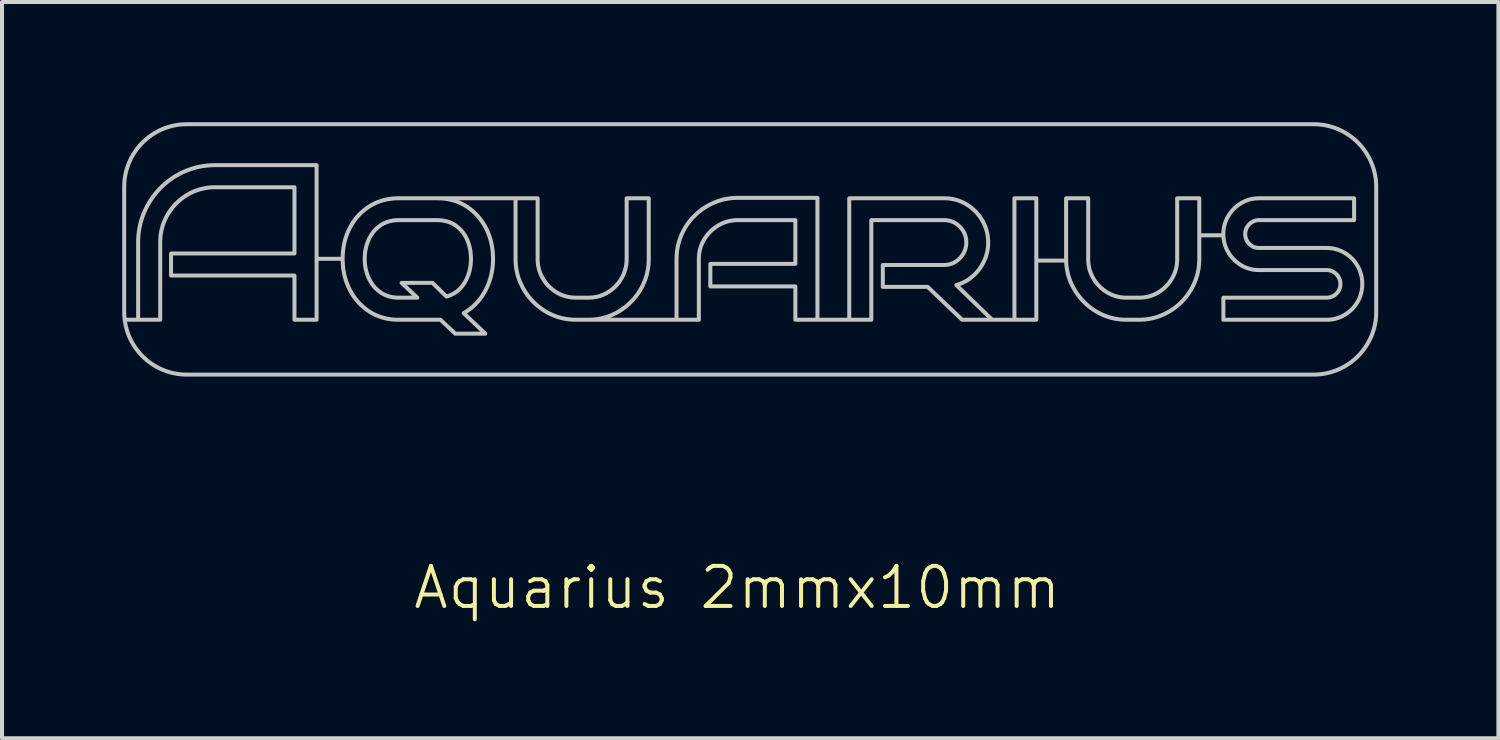
<source format=kicad_pcb>
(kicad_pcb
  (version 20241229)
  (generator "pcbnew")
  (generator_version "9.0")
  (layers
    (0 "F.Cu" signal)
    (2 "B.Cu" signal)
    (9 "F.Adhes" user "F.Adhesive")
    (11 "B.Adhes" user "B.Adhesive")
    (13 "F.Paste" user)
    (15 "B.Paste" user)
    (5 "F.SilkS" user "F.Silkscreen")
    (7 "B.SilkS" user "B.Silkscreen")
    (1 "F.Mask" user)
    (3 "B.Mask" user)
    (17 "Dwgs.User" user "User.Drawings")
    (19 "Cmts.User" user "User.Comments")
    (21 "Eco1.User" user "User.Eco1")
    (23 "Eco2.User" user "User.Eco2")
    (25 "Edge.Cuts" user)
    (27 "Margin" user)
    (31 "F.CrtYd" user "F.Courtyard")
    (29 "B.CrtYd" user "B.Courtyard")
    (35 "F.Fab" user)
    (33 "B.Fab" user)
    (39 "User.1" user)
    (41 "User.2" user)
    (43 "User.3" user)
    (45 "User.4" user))
  (footprint "Aquarius 2mmx10mm"
    (layer "F.Cu")
    (at 15.449 3.067)
    (property "Reference" "Aquarius 2mmx10mm" (at -0.1 8.55 0) (unlocked yes) (layer "F.SilkS") (effects (font (size 1 1) (thickness 0.1))))
    (fp_poly (pts (xy -7.555 -0.622) (xy -7.523 -0.62) (xy -7.491 -0.618) (xy -7.46 -0.614) (xy -7.43 -0.609) (xy -7.4 -0.604) (xy -7.37 -0.597) (xy -7.342 -0.59) (xy -7.314 -0.581) (xy -7.286 -0.572) (xy -7.259 -0.561) (xy -7.233 -0.549) (xy -7.207 -0.537) (xy -7.182 -0.523) (xy -7.157 -0.508) (xy -7.133 -0.493) (xy -7.11 -0.476) (xy -7.087 -0.459) (xy -7.065 -0.441) (xy -7.044 -0.422) (xy -7.023 -0.403) (xy -7.003 -0.383) (xy -6.984 -0.362) (xy -6.966 -0.34) (xy -6.948 -0.318) (xy -6.931 -0.295) (xy -6.914 -0.271) (xy -6.899 -0.247) (xy -6.884 -0.222) (xy -6.87 -0.196) (xy -6.856 -0.17) (xy -6.844 -0.143) (xy -6.832 -0.115) (xy -6.82 -0.087) (xy -6.81 -0.058) (xy -6.8 -0.03) (xy -6.791 -0.000468) (xy -6.783 0.029) (xy -6.776 0.059) (xy -6.769 0.089) (xy -6.763 0.119) (xy -6.758 0.15) (xy -6.754 0.181) (xy -6.751 0.213) (xy -6.748 0.245) (xy -6.746 0.277) (xy -6.745 0.31) (xy -6.744 0.342) (xy -6.745 0.384) (xy -6.747 0.425) (xy -6.75 0.466) (xy -6.754 0.506) (xy -6.76 0.545) (xy -6.767 0.584) (xy -6.775 0.622) (xy -6.784 0.66) (xy -6.795 0.697) (xy -6.807 0.734) (xy -6.82 0.77) (xy -6.834 0.805) (xy -6.85 0.84) (xy -6.867 0.874) (xy -6.885 0.908) (xy -6.904 0.941) (xy -6.925 0.973) (xy -6.946 1.003) (xy -6.969 1.032) (xy -6.992 1.06) (xy -7.017 1.087) (xy -7.043 1.112) (xy -7.069 1.135) (xy -7.097 1.158) (xy -7.126 1.178) (xy -7.156 1.198) (xy -7.187 1.216) (xy -7.218 1.233) (xy -7.251 1.248) (xy -7.285 1.262) (xy -7.32 1.274) (xy -7.356 1.285) (xy -7.703 0.943) (xy -8.475 0.943) (xy -8.084 1.313) (xy -8.547 1.313) (xy -8.58 1.312) (xy -8.612 1.311) (xy -8.643 1.308) (xy -8.674 1.304) (xy -8.705 1.3) (xy -8.735 1.294) (xy -8.764 1.287) (xy -8.793 1.28) (xy -8.821 1.271) (xy -8.848 1.261) (xy -8.875 1.25) (xy -8.902 1.238) (xy -8.928 1.225) (xy -8.953 1.211) (xy -8.978 1.196) (xy -9.002 1.18) (xy -9.025 1.163) (xy -9.048 1.146) (xy -9.07 1.128) (xy -9.091 1.109) (xy -9.112 1.089) (xy -9.132 1.069) (xy -9.151 1.048) (xy -9.17 1.026) (xy -9.188 1.004) (xy -9.205 0.981) (xy -9.221 0.957) (xy -9.237 0.932) (xy -9.252 0.907) (xy -9.267 0.881) (xy -9.281 0.855) (xy -9.294 0.828) (xy -9.306 0.8) (xy -9.318 0.772) (xy -9.328 0.743) (xy -9.338 0.715) (xy -9.348 0.685) (xy -9.356 0.656) (xy -9.363 0.626) (xy -9.37 0.596) (xy -9.376 0.566) (xy -9.381 0.535) (xy -9.386 0.504) (xy -9.389 0.472) (xy -9.392 0.44) (xy -9.394 0.408) (xy -9.395 0.375) (xy -9.396 0.342) (xy -9.395 0.31) (xy -9.394 0.277) (xy -9.392 0.245) (xy -9.389 0.213) (xy -9.386 0.181) (xy -9.381 0.15) (xy -9.376 0.119) (xy -9.37 0.089) (xy -9.363 0.059) (xy -9.356 0.029) (xy -9.348 -0.000468) (xy -9.338 -0.03) (xy -9.328 -0.058) (xy -9.318 -0.087) (xy -9.306 -0.115) (xy -9.294 -0.143) (xy -9.281 -0.17) (xy -9.267 -0.196) (xy -9.252 -0.222) (xy -9.237 -0.247) (xy -9.221 -0.271) (xy -9.205 -0.295) (xy -9.188 -0.318) (xy -9.17 -0.34) (xy -9.151 -0.362) (xy -9.132 -0.383) (xy -9.112 -0.403) (xy -9.091 -0.422) (xy -9.07 -0.441) (xy -9.048 -0.459) (xy -9.025 -0.476) (xy -9.002 -0.493) (xy -8.978 -0.508) (xy -8.953 -0.523) (xy -8.928 -0.537) (xy -8.902 -0.549) (xy -8.875 -0.561) (xy -8.848 -0.572) (xy -8.821 -0.581) (xy -8.793 -0.59) (xy -8.764 -0.597) (xy -8.735 -0.604) (xy -8.705 -0.609) (xy -8.674 -0.614) (xy -8.643 -0.618) (xy -8.612 -0.62) (xy -8.58 -0.622) (xy -8.547 -0.622) (xy -7.588 -0.622)) (stroke (width 0.1) (type solid)) (fill no) (layer "Dwgs.User"))
    (fp_poly (pts (xy 14.369 -3.015) (xy 14.448 -3.009) (xy 14.526 -2.999) (xy 14.603 -2.985) (xy 14.679 -2.968) (xy 14.753 -2.946) (xy 14.825 -2.922) (xy 14.896 -2.894) (xy 14.965 -2.863) (xy 15.033 -2.828) (xy 15.098 -2.79) (xy 15.162 -2.75) (xy 15.223 -2.706) (xy 15.282 -2.66) (xy 15.339 -2.611) (xy 15.393 -2.559) (xy 15.445 -2.505) (xy 15.494 -2.448) (xy 15.54 -2.389) (xy 15.584 -2.328) (xy 15.624 -2.264) (xy 15.662 -2.199) (xy 15.697 -2.131) (xy 15.728 -2.062) (xy 15.756 -1.991) (xy 15.78 -1.919) (xy 15.802 -1.845) (xy 15.819 -1.769) (xy 15.833 -1.692) (xy 15.843 -1.614) (xy 15.849 -1.535) (xy 15.851 -1.454) (xy 15.851 1.671) (xy 15.849 1.751) (xy 15.843 1.83) (xy 15.833 1.909) (xy 15.819 1.985) (xy 15.802 2.061) (xy 15.78 2.135) (xy 15.756 2.208) (xy 15.728 2.279) (xy 15.697 2.348) (xy 15.662 2.415) (xy 15.624 2.481) (xy 15.584 2.544) (xy 15.54 2.605) (xy 15.494 2.664) (xy 15.445 2.721) (xy 15.393 2.775) (xy 15.339 2.827) (xy 15.282 2.876) (xy 15.223 2.923) (xy 15.162 2.966) (xy 15.098 3.007) (xy 15.033 3.045) (xy 14.965 3.079) (xy 14.896 3.11) (xy 14.825 3.138) (xy 14.753 3.163) (xy 14.679 3.184) (xy 14.603 3.201) (xy 14.526 3.215) (xy 14.448 3.225) (xy 14.369 3.231) (xy 14.288 3.233) (xy -13.837 3.233) (xy -13.917 3.231) (xy -13.996 3.225) (xy -14.075 3.215) (xy -14.151 3.201) (xy -14.227 3.184) (xy -14.301 3.163) (xy -14.374 3.138) (xy -14.445 3.11) (xy -14.514 3.079) (xy -14.581 3.045) (xy -14.647 3.007) (xy -14.71 2.966) (xy -14.771 2.923) (xy -14.83 2.876) (xy -14.887 2.827) (xy -14.941 2.775) (xy -14.993 2.721) (xy -15.042 2.664) (xy -15.089 2.605) (xy -15.132 2.544) (xy -15.173 2.481) (xy -15.211 2.415) (xy -15.245 2.348) (xy -15.276 2.279) (xy -15.304 2.208) (xy -15.329 2.135) (xy -15.35 2.061) (xy -15.367 1.985) (xy -15.381 1.909) (xy -15.391 1.83) (xy -15.397 1.751) (xy -15.399 1.671) (xy -15.399 -0.065) (xy -15.051 -0.065) (xy -15.051 1.864) (xy -14.5 1.864) (xy -14.5 -0.065) (xy -14.499 -0.113) (xy -14.497 -0.159) (xy -14.493 -0.206) (xy -14.488 -0.251) (xy -14.482 -0.297) (xy -14.474 -0.341) (xy -14.465 -0.386) (xy -14.454 -0.429) (xy -14.442 -0.472) (xy -14.428 -0.515) (xy -14.413 -0.557) (xy -14.396 -0.599) (xy -14.378 -0.64) (xy -14.359 -0.68) (xy -14.338 -0.72) (xy -14.315 -0.76) (xy -14.292 -0.799) (xy -14.267 -0.836) (xy -14.242 -0.873) (xy -14.215 -0.909) (xy -14.187 -0.944) (xy -14.159 -0.977) (xy -14.129 -1.01) (xy -14.098 -1.042) (xy -14.067 -1.072) (xy -14.034 -1.102) (xy -14 -1.131) (xy -13.965 -1.158) (xy -13.93 -1.185) (xy -13.893 -1.211) (xy -13.855 -1.235) (xy -13.816 -1.259) (xy -13.777 -1.281) (xy -13.737 -1.302) (xy -13.696 -1.322) (xy -13.656 -1.34) (xy -13.614 -1.356) (xy -13.572 -1.371) (xy -13.53 -1.385) (xy -13.487 -1.397) (xy -13.444 -1.408) (xy -13.4 -1.417) (xy -13.356 -1.425) (xy -13.311 -1.432) (xy -13.266 -1.437) (xy -13.22 -1.441) (xy -13.174 -1.443) (xy -13.127 -1.443) (xy -11.149 -1.443) (xy -11.149 0.21) (xy -14.23 0.21) (xy -14.23 0.761) (xy -11.149 0.761) (xy -11.149 1.864) (xy -10.597 1.864) (xy -10.597 0.342) (xy -9.947 0.342) (xy -9.946 0.395) (xy -9.944 0.446) (xy -9.941 0.497) (xy -9.936 0.547) (xy -9.93 0.597) (xy -9.923 0.646) (xy -9.914 0.695) (xy -9.904 0.743) (xy -9.892 0.79) (xy -9.879 0.837) (xy -9.865 0.883) (xy -9.849 0.929) (xy -9.832 0.974) (xy -9.814 1.019) (xy -9.794 1.063) (xy -9.773 1.106) (xy -9.751 1.148) (xy -9.728 1.19) (xy -9.703 1.23) (xy -9.678 1.27) (xy -9.651 1.308) (xy -9.623 1.345) (xy -9.594 1.381) (xy -9.564 1.416) (xy -9.533 1.45) (xy -9.5 1.483) (xy -9.467 1.514) (xy -9.432 1.545) (xy -9.397 1.575) (xy -9.36 1.603) (xy -9.322 1.631) (xy -9.283 1.657) (xy -9.243 1.682) (xy -9.202 1.706) (xy -9.16 1.727) (xy -9.118 1.748) (xy -9.075 1.766) (xy -9.031 1.783) (xy -8.986 1.798) (xy -8.94 1.812) (xy -8.894 1.824) (xy -8.847 1.835) (xy -8.799 1.844) (xy -8.75 1.851) (xy -8.7 1.857) (xy -8.65 1.861) (xy -8.599 1.863) (xy -8.547 1.864) (xy -7.505 1.864) (xy -7.136 2.211) (xy -6.386 2.211) (xy -6.926 1.698) (xy -6.884 1.674) (xy -6.843 1.648) (xy -6.803 1.62) (xy -6.765 1.592) (xy -6.727 1.561) (xy -6.69 1.53) (xy -6.655 1.497) (xy -6.621 1.464) (xy -6.588 1.428) (xy -6.556 1.392) (xy -6.525 1.354) (xy -6.496 1.315) (xy -6.467 1.274) (xy -6.44 1.232) (xy -6.414 1.189) (xy -6.389 1.145) (xy -6.365 1.099) (xy -6.343 1.053) (xy -6.322 1.006) (xy -6.303 0.959) (xy -6.286 0.911) (xy -6.27 0.862) (xy -6.255 0.813) (xy -6.242 0.763) (xy -6.231 0.713) (xy -6.221 0.662) (xy -6.212 0.61) (xy -6.205 0.558) (xy -6.2 0.505) (xy -6.196 0.451) (xy -6.194 0.397) (xy -6.193 0.348) (xy -5.631 0.348) (xy -5.63 0.387) (xy -5.629 0.426) (xy -5.627 0.464) (xy -5.623 0.503) (xy -5.619 0.54) (xy -5.614 0.578) (xy -5.608 0.615) (xy -5.601 0.652) (xy -5.593 0.688) (xy -5.585 0.725) (xy -5.575 0.76) (xy -5.564 0.796) (xy -5.553 0.831) (xy -5.54 0.866) (xy -5.527 0.901) (xy -5.512 0.935) (xy -5.497 0.969) (xy -5.481 1.002) (xy -5.465 1.035) (xy -5.448 1.068) (xy -5.43 1.099) (xy -5.411 1.131) (xy -5.392 1.162) (xy -5.372 1.192) (xy -5.351 1.222) (xy -5.33 1.251) (xy -5.308 1.28) (xy -5.285 1.309) (xy -5.262 1.337) (xy -5.237 1.364) (xy -5.213 1.391) (xy -5.187 1.417) (xy -5.161 1.443) (xy -5.134 1.468) (xy -5.107 1.493) (xy -5.08 1.516) (xy -5.052 1.539) (xy -5.023 1.562) (xy -4.994 1.583) (xy -4.964 1.604) (xy -4.934 1.624) (xy -4.903 1.644) (xy -4.872 1.662) (xy -4.84 1.68) (xy -4.808 1.698) (xy -4.775 1.714) (xy -4.741 1.73) (xy -4.708 1.745) (xy -4.673 1.76) (xy -4.639 1.773) (xy -4.604 1.786) (xy -4.569 1.797) (xy -4.533 1.808) (xy -4.497 1.818) (xy -4.461 1.826) (xy -4.424 1.834) (xy -4.388 1.841) (xy -4.35 1.847) (xy -4.313 1.852) (xy -4.275 1.856) (xy -4.237 1.86) (xy -4.198 1.862) (xy -4.16 1.863) (xy -4.121 1.864) (xy -3.817 1.864) (xy -3.778 1.863) (xy -3.74 1.862) (xy -3.701 1.86) (xy -3.663 1.856) (xy -3.625 1.852) (xy -3.588 1.847) (xy -3.55 1.841) (xy -3.514 1.834) (xy -3.477 1.826) (xy -3.441 1.818) (xy -3.405 1.808) (xy -3.369 1.797) (xy -3.334 1.786) (xy -3.299 1.773) (xy -3.265 1.76) (xy -3.23 1.745) (xy -3.197 1.73) (xy -3.163 1.714) (xy -3.13 1.698) (xy -3.098 1.681) (xy -3.066 1.663) (xy -3.035 1.644) (xy -3.004 1.625) (xy -2.974 1.605) (xy -2.944 1.584) (xy -2.915 1.563) (xy -2.886 1.541) (xy -2.858 1.518) (xy -2.831 1.495) (xy -2.804 1.47) (xy -2.777 1.446) (xy -2.751 1.42) (xy -2.725 1.394) (xy -2.701 1.367) (xy -2.676 1.34) (xy -2.653 1.312) (xy -2.63 1.284) (xy -2.608 1.255) (xy -2.587 1.226) (xy -2.566 1.196) (xy -2.546 1.166) (xy -2.527 1.135) (xy -2.508 1.103) (xy -2.49 1.071) (xy -2.473 1.039) (xy -2.457 1.006) (xy -2.441 0.972) (xy -2.426 0.938) (xy -2.411 0.903) (xy -2.398 0.868) (xy -2.385 0.833) (xy -2.374 0.798) (xy -2.363 0.762) (xy -2.353 0.726) (xy -2.345 0.689) (xy -2.337 0.653) (xy -2.33 0.616) (xy -2.324 0.578) (xy -2.319 0.541) (xy -2.314 0.503) (xy -2.311 0.464) (xy -2.309 0.426) (xy -2.308 0.387) (xy -2.307 0.348) (xy -1.613 0.348) (xy -1.613 1.864) (xy -1.056 1.864) (xy -1.056 0.348) (xy -1.055 0.314) (xy -1.054 0.281) (xy -1.051 0.249) (xy -1.048 0.216) (xy -1.043 0.184) (xy -1.037 0.153) (xy -1.031 0.122) (xy -1.023 0.091) (xy -1.014 0.061) (xy -1.004 0.031) (xy -0.993 0.001) (xy -0.981 -0.028) (xy -0.968 -0.056) (xy -0.955 -0.085) (xy -0.94 -0.112) (xy -0.924 -0.14) (xy -0.907 -0.167) (xy -0.889 -0.193) (xy -0.871 -0.218) (xy -0.852 -0.243) (xy -0.832 -0.268) (xy -0.812 -0.291) (xy -0.791 -0.314) (xy -0.769 -0.336) (xy -0.747 -0.358) (xy -0.724 -0.379) (xy -0.7 -0.399) (xy -0.675 -0.418) (xy -0.65 -0.437) (xy -0.625 -0.455) (xy -0.598 -0.473) (xy -0.571 -0.49) (xy -0.543 -0.506) (xy -0.515 -0.521) (xy -0.486 -0.535) (xy -0.457 -0.548) (xy -0.428 -0.56) (xy -0.398 -0.57) (xy -0.368 -0.58) (xy -0.338 -0.589) (xy -0.307 -0.597) (xy -0.276 -0.604) (xy -0.244 -0.609) (xy -0.212 -0.614) (xy -0.18 -0.617) (xy -0.147 -0.62) (xy -0.114 -0.622) (xy -0.08 -0.622) (xy 1.353 -0.622) (xy 1.353 0.469) (xy -0.769 0.469) (xy -0.769 1.032) (xy 1.353 1.032) (xy 1.353 1.864) (xy 1.904 1.864) (xy 2.698 1.864) (xy 3.249 1.864) (xy 3.249 -0.622) (xy 5.063 -0.622) (xy 5.091 -0.622) (xy 5.119 -0.62) (xy 5.147 -0.616) (xy 5.174 -0.612) (xy 5.201 -0.606) (xy 5.227 -0.599) (xy 5.252 -0.591) (xy 5.277 -0.581) (xy 5.301 -0.571) (xy 5.325 -0.559) (xy 5.348 -0.545) (xy 5.371 -0.531) (xy 5.393 -0.515) (xy 5.415 -0.498) (xy 5.436 -0.479) (xy 5.457 -0.46) (xy 5.476 -0.439) (xy 5.495 -0.418) (xy 5.512 -0.396) (xy 5.528 -0.374) (xy 5.543 -0.351) (xy 5.556 -0.328) (xy 5.568 -0.304) (xy 5.579 -0.28) (xy 5.588 -0.255) (xy 5.597 -0.229) (xy 5.604 -0.203) (xy 5.609 -0.177) (xy 5.614 -0.15) (xy 5.617 -0.122) (xy 5.619 -0.094) (xy 5.619 -0.065) (xy 5.619 -0.037) (xy 5.617 -0.01) (xy 5.614 0.017) (xy 5.609 0.044) (xy 5.604 0.07) (xy 5.597 0.096) (xy 5.588 0.121) (xy 5.579 0.146) (xy 5.568 0.171) (xy 5.556 0.194) (xy 5.543 0.218) (xy 5.528 0.241) (xy 5.512 0.264) (xy 5.495 0.286) (xy 5.476 0.307) (xy 5.457 0.329) (xy 5.436 0.349) (xy 5.415 0.368) (xy 5.393 0.386) (xy 5.371 0.402) (xy 5.348 0.417) (xy 5.325 0.431) (xy 5.301 0.444) (xy 5.277 0.455) (xy 5.252 0.465) (xy 5.227 0.473) (xy 5.201 0.48) (xy 5.174 0.486) (xy 5.147 0.491) (xy 5.119 0.494) (xy 5.091 0.496) (xy 5.063 0.497) (xy 3.536 0.497) (xy 3.536 1.043) (xy 4.655 1.043) (xy 5.515 1.864) (xy 6.264 1.864) (xy 6.821 1.864) (xy 7.367 1.864) (xy 7.367 0.348) (xy 8.111 0.348) (xy 8.111 0.387) (xy 8.113 0.426) (xy 8.115 0.464) (xy 8.118 0.503) (xy 8.122 0.54) (xy 8.128 0.578) (xy 8.134 0.615) (xy 8.141 0.652) (xy 8.148 0.688) (xy 8.157 0.725) (xy 8.167 0.76) (xy 8.178 0.796) (xy 8.189 0.831) (xy 8.202 0.866) (xy 8.215 0.901) (xy 8.229 0.935) (xy 8.244 0.969) (xy 8.26 1.002) (xy 8.277 1.035) (xy 8.294 1.068) (xy 8.312 1.099) (xy 8.331 1.131) (xy 8.35 1.162) (xy 8.37 1.192) (xy 8.391 1.222) (xy 8.412 1.251) (xy 8.434 1.28) (xy 8.457 1.309) (xy 8.48 1.337) (xy 8.504 1.364) (xy 8.529 1.391) (xy 8.555 1.417) (xy 8.581 1.443) (xy 8.607 1.468) (xy 8.634 1.493) (xy 8.662 1.516) (xy 8.69 1.539) (xy 8.719 1.562) (xy 8.748 1.583) (xy 8.778 1.604) (xy 8.808 1.624) (xy 8.839 1.644) (xy 8.87 1.662) (xy 8.902 1.68) (xy 8.934 1.698) (xy 8.967 1.714) (xy 9 1.73) (xy 9.034 1.745) (xy 9.068 1.76) (xy 9.103 1.773) (xy 9.138 1.786) (xy 9.173 1.797) (xy 9.209 1.808) (xy 9.245 1.818) (xy 9.281 1.826) (xy 9.317 1.834) (xy 9.354 1.841) (xy 9.391 1.847) (xy 9.429 1.852) (xy 9.467 1.856) (xy 9.505 1.86) (xy 9.543 1.862) (xy 9.582 1.863) (xy 9.621 1.864) (xy 9.924 1.864) (xy 9.963 1.863) (xy 10.002 1.862) (xy 10.041 1.86) (xy 10.079 1.856) (xy 10.117 1.852) (xy 10.154 1.847) (xy 10.191 1.841) (xy 10.228 1.834) (xy 10.265 1.826) (xy 10.301 1.818) (xy 10.337 1.808) (xy 10.372 1.797) (xy 10.408 1.786) (xy 10.443 1.773) (xy 10.477 1.76) (xy 10.511 1.745) (xy 10.545 1.73) (xy 10.579 1.714) (xy 10.611 1.698) (xy 10.644 1.681) (xy 10.675 1.663) (xy 10.707 1.644) (xy 10.738 1.625) (xy 10.768 1.605) (xy 10.797 1.584) (xy 10.827 1.563) (xy 10.855 1.541) (xy 10.883 1.518) (xy 10.911 1.495) (xy 10.938 1.47) (xy 10.965 1.446) (xy 10.991 1.42) (xy 11.016 1.394) (xy 11.041 1.367) (xy 11.065 1.34) (xy 11.089 1.312) (xy 11.112 1.284) (xy 11.134 1.255) (xy 11.155 1.226) (xy 11.176 1.196) (xy 11.196 1.166) (xy 11.215 1.135) (xy 11.233 1.103) (xy 11.251 1.071) (xy 11.269 1.039) (xy 11.285 1.006) (xy 11.301 0.972) (xy 11.316 0.938) (xy 11.331 0.903) (xy 11.344 0.868) (xy 11.356 0.833) (xy 11.368 0.798) (xy 11.379 0.762) (xy 11.388 0.726) (xy 11.397 0.689) (xy 11.405 0.653) (xy 11.412 0.616) (xy 11.418 0.578) (xy 11.423 0.541) (xy 11.427 0.503) (xy 11.43 0.464) (xy 11.433 0.426) (xy 11.434 0.387) (xy 11.435 0.348) (xy 11.435 -0.275) (xy 12.036 -0.275) (xy 12.036 -0.244) (xy 12.037 -0.214) (xy 12.04 -0.183) (xy 12.043 -0.154) (xy 12.047 -0.124) (xy 12.053 -0.095) (xy 12.059 -0.066) (xy 12.066 -0.038) (xy 12.074 -0.01) (xy 12.083 0.018) (xy 12.093 0.045) (xy 12.104 0.072) (xy 12.116 0.099) (xy 12.128 0.125) (xy 12.142 0.151) (xy 12.157 0.177) (xy 12.172 0.202) (xy 12.188 0.227) (xy 12.205 0.251) (xy 12.222 0.274) (xy 12.24 0.297) (xy 12.259 0.318) (xy 12.278 0.34) (xy 12.298 0.36) (xy 12.318 0.38) (xy 12.34 0.4) (xy 12.361 0.418) (xy 12.384 0.437) (xy 12.407 0.454) (xy 12.43 0.471) (xy 12.454 0.487) (xy 12.479 0.502) (xy 12.504 0.517) (xy 12.53 0.531) (xy 12.556 0.544) (xy 12.582 0.555) (xy 12.609 0.566) (xy 12.636 0.576) (xy 12.663 0.585) (xy 12.691 0.593) (xy 12.719 0.6) (xy 12.747 0.607) (xy 12.775 0.612) (xy 12.804 0.616) (xy 12.833 0.619) (xy 12.863 0.622) (xy 12.893 0.623) (xy 12.923 0.624) (xy 14.61 0.624) (xy 14.627 0.624) (xy 14.645 0.625) (xy 14.662 0.627) (xy 14.679 0.63) (xy 14.695 0.634) (xy 14.711 0.638) (xy 14.727 0.643) (xy 14.743 0.649) (xy 14.758 0.656) (xy 14.773 0.663) (xy 14.787 0.672) (xy 14.801 0.681) (xy 14.815 0.691) (xy 14.829 0.702) (xy 14.842 0.713) (xy 14.855 0.726) (xy 14.867 0.738) (xy 14.879 0.752) (xy 14.89 0.765) (xy 14.9 0.779) (xy 14.909 0.793) (xy 14.917 0.808) (xy 14.925 0.823) (xy 14.931 0.838) (xy 14.937 0.853) (xy 14.943 0.869) (xy 14.947 0.885) (xy 14.951 0.902) (xy 14.953 0.919) (xy 14.955 0.936) (xy 14.957 0.953) (xy 14.957 0.971) (xy 14.957 0.989) (xy 14.955 1.006) (xy 14.953 1.023) (xy 14.951 1.04) (xy 14.947 1.056) (xy 14.943 1.072) (xy 14.937 1.088) (xy 14.931 1.103) (xy 14.925 1.118) (xy 14.917 1.133) (xy 14.909 1.147) (xy 14.9 1.161) (xy 14.89 1.175) (xy 14.879 1.188) (xy 14.867 1.201) (xy 14.855 1.213) (xy 14.842 1.225) (xy 14.829 1.237) (xy 14.815 1.247) (xy 14.801 1.257) (xy 14.787 1.266) (xy 14.773 1.274) (xy 14.758 1.281) (xy 14.743 1.288) (xy 14.727 1.294) (xy 14.711 1.299) (xy 14.695 1.303) (xy 14.679 1.306) (xy 14.662 1.309) (xy 14.645 1.311) (xy 14.627 1.312) (xy 14.61 1.313) (xy 12.036 1.313) (xy 12.036 1.864) (xy 14.61 1.864) (xy 14.64 1.863) (xy 14.671 1.862) (xy 14.701 1.86) (xy 14.731 1.856) (xy 14.76 1.852) (xy 14.79 1.847) (xy 14.818 1.841) (xy 14.847 1.834) (xy 14.875 1.825) (xy 14.903 1.816) (xy 14.93 1.807) (xy 14.957 1.796) (xy 14.984 1.784) (xy 15.01 1.771) (xy 15.036 1.757) (xy 15.062 1.743) (xy 15.087 1.727) (xy 15.111 1.711) (xy 15.135 1.694) (xy 15.158 1.677) (xy 15.181 1.659) (xy 15.203 1.64) (xy 15.224 1.621) (xy 15.244 1.601) (xy 15.264 1.581) (xy 15.283 1.56) (xy 15.302 1.538) (xy 15.32 1.516) (xy 15.337 1.493) (xy 15.353 1.469) (xy 15.369 1.445) (xy 15.384 1.42) (xy 15.398 1.395) (xy 15.412 1.369) (xy 15.424 1.343) (xy 15.436 1.317) (xy 15.447 1.29) (xy 15.456 1.263) (xy 15.465 1.235) (xy 15.473 1.207) (xy 15.48 1.179) (xy 15.486 1.15) (xy 15.491 1.121) (xy 15.495 1.092) (xy 15.499 1.062) (xy 15.501 1.032) (xy 15.502 1.002) (xy 15.503 0.971) (xy 15.502 0.94) (xy 15.501 0.91) (xy 15.499 0.879) (xy 15.495 0.85) (xy 15.491 0.82) (xy 15.486 0.791) (xy 15.48 0.762) (xy 15.473 0.734) (xy 15.465 0.706) (xy 15.456 0.678) (xy 15.447 0.651) (xy 15.436 0.624) (xy 15.424 0.597) (xy 15.412 0.571) (xy 15.398 0.545) (xy 15.384 0.519) (xy 15.369 0.494) (xy 15.353 0.469) (xy 15.337 0.445) (xy 15.32 0.422) (xy 15.302 0.399) (xy 15.283 0.378) (xy 15.264 0.356) (xy 15.244 0.336) (xy 15.224 0.316) (xy 15.203 0.296) (xy 15.181 0.278) (xy 15.158 0.259) (xy 15.135 0.242) (xy 15.111 0.225) (xy 15.087 0.209) (xy 15.062 0.194) (xy 15.036 0.179) (xy 15.01 0.165) (xy 14.984 0.152) (xy 14.957 0.141) (xy 14.93 0.13) (xy 14.903 0.12) (xy 14.875 0.111) (xy 14.847 0.103) (xy 14.818 0.096) (xy 14.79 0.089) (xy 14.76 0.084) (xy 14.731 0.08) (xy 14.701 0.077) (xy 14.671 0.074) (xy 14.64 0.073) (xy 14.61 0.072) (xy 12.923 0.072) (xy 12.906 0.072) (xy 12.889 0.071) (xy 12.873 0.069) (xy 12.856 0.066) (xy 12.84 0.062) (xy 12.825 0.058) (xy 12.809 0.053) (xy 12.794 0.047) (xy 12.779 0.04) (xy 12.765 0.033) (xy 12.75 0.024) (xy 12.736 0.015) (xy 12.723 0.005) (xy 12.709 -0.006) (xy 12.696 -0.017) (xy 12.683 -0.03) (xy 12.671 -0.042) (xy 12.659 -0.056) (xy 12.649 -0.069) (xy 12.639 -0.083) (xy 12.629 -0.097) (xy 12.621 -0.112) (xy 12.614 -0.127) (xy 12.607 -0.142) (xy 12.601 -0.157) (xy 12.596 -0.173) (xy 12.591 -0.189) (xy 12.588 -0.206) (xy 12.585 -0.223) (xy 12.583 -0.24) (xy 12.582 -0.257) (xy 12.581 -0.275) (xy 12.582 -0.293) (xy 12.583 -0.31) (xy 12.585 -0.327) (xy 12.588 -0.344) (xy 12.591 -0.36) (xy 12.596 -0.377) (xy 12.601 -0.392) (xy 12.607 -0.408) (xy 12.614 -0.423) (xy 12.621 -0.438) (xy 12.629 -0.452) (xy 12.639 -0.467) (xy 12.649 -0.48) (xy 12.659 -0.494) (xy 12.671 -0.507) (xy 12.683 -0.52) (xy 12.696 -0.533) (xy 12.709 -0.544) (xy 12.723 -0.555) (xy 12.736 -0.565) (xy 12.75 -0.574) (xy 12.765 -0.582) (xy 12.779 -0.59) (xy 12.794 -0.597) (xy 12.809 -0.603) (xy 12.825 -0.608) (xy 12.84 -0.612) (xy 12.856 -0.616) (xy 12.873 -0.619) (xy 12.889 -0.621) (xy 12.906 -0.622) (xy 12.923 -0.622) (xy 15.299 -0.622) (xy 15.299 -1.168) (xy 12.923 -1.168) (xy 12.893 -1.167) (xy 12.863 -1.166) (xy 12.833 -1.164) (xy 12.804 -1.16) (xy 12.775 -1.156) (xy 12.747 -1.151) (xy 12.719 -1.145) (xy 12.691 -1.138) (xy 12.663 -1.129) (xy 12.636 -1.12) (xy 12.609 -1.111) (xy 12.582 -1.1) (xy 12.556 -1.088) (xy 12.53 -1.075) (xy 12.504 -1.061) (xy 12.479 -1.047) (xy 12.454 -1.031) (xy 12.43 -1.015) (xy 12.407 -0.998) (xy 12.384 -0.981) (xy 12.361 -0.963) (xy 12.34 -0.944) (xy 12.318 -0.925) (xy 12.298 -0.905) (xy 12.278 -0.884) (xy 12.259 -0.863) (xy 12.24 -0.841) (xy 12.222 -0.818) (xy 12.205 -0.795) (xy 12.188 -0.771) (xy 12.172 -0.747) (xy 12.157 -0.721) (xy 12.142 -0.696) (xy 12.128 -0.67) (xy 12.116 -0.644) (xy 12.104 -0.617) (xy 12.093 -0.59) (xy 12.083 -0.563) (xy 12.074 -0.536) (xy 12.066 -0.508) (xy 12.059 -0.48) (xy 12.053 -0.451) (xy 12.047 -0.423) (xy 12.043 -0.394) (xy 12.04 -0.364) (xy 12.037 -0.335) (xy 12.036 -0.305) (xy 12.036 -0.275) (xy 11.435 -0.275) (xy 11.435 -1.168) (xy 10.883 -1.168) (xy 10.883 0.348) (xy 10.883 0.381) (xy 10.881 0.413) (xy 10.879 0.446) (xy 10.875 0.478) (xy 10.871 0.509) (xy 10.865 0.54) (xy 10.859 0.571) (xy 10.851 0.602) (xy 10.842 0.632) (xy 10.833 0.662) (xy 10.822 0.691) (xy 10.811 0.72) (xy 10.798 0.749) (xy 10.784 0.777) (xy 10.77 0.805) (xy 10.754 0.833) (xy 10.737 0.86) (xy 10.72 0.887) (xy 10.702 0.913) (xy 10.684 0.938) (xy 10.665 0.962) (xy 10.645 0.986) (xy 10.624 1.009) (xy 10.603 1.031) (xy 10.581 1.052) (xy 10.559 1.073) (xy 10.535 1.093) (xy 10.512 1.113) (xy 10.487 1.131) (xy 10.462 1.149) (xy 10.436 1.167) (xy 10.41 1.183) (xy 10.382 1.199) (xy 10.355 1.213) (xy 10.327 1.227) (xy 10.299 1.24) (xy 10.27 1.251) (xy 10.241 1.262) (xy 10.211 1.272) (xy 10.181 1.28) (xy 10.15 1.288) (xy 10.119 1.294) (xy 10.088 1.3) (xy 10.056 1.305) (xy 10.024 1.308) (xy 9.991 1.311) (xy 9.958 1.312) (xy 9.924 1.313) (xy 9.621 1.313) (xy 9.588 1.312) (xy 9.556 1.311) (xy 9.524 1.308) (xy 9.492 1.305) (xy 9.46 1.3) (xy 9.429 1.294) (xy 9.399 1.288) (xy 9.368 1.28) (xy 9.338 1.272) (xy 9.309 1.262) (xy 9.28 1.251) (xy 9.251 1.24) (xy 9.222 1.227) (xy 9.194 1.213) (xy 9.166 1.199) (xy 9.139 1.183) (xy 9.112 1.167) (xy 9.086 1.149) (xy 9.06 1.131) (xy 9.036 1.113) (xy 9.012 1.093) (xy 8.988 1.073) (xy 8.965 1.052) (xy 8.943 1.031) (xy 8.922 1.009) (xy 8.901 0.986) (xy 8.881 0.962) (xy 8.862 0.938) (xy 8.843 0.913) (xy 8.825 0.887) (xy 8.808 0.86) (xy 8.792 0.833) (xy 8.776 0.805) (xy 8.761 0.777) (xy 8.748 0.749) (xy 8.735 0.72) (xy 8.723 0.691) (xy 8.713 0.662) (xy 8.703 0.632) (xy 8.694 0.602) (xy 8.687 0.571) (xy 8.68 0.54) (xy 8.675 0.509) (xy 8.67 0.478) (xy 8.667 0.446) (xy 8.664 0.413) (xy 8.663 0.381) (xy 8.662 0.348) (xy 8.662 -1.168) (xy 8.111 -1.168) (xy 8.111 0.348) (xy 7.367 0.348) (xy 7.367 -1.168) (xy 6.821 -1.168) (xy 6.821 1.864) (xy 6.264 1.864) (xy 5.371 0.998) (xy 5.4 0.99) (xy 5.428 0.98) (xy 5.456 0.97) (xy 5.484 0.96) (xy 5.511 0.948) (xy 5.538 0.936) (xy 5.564 0.923) (xy 5.59 0.91) (xy 5.615 0.895) (xy 5.64 0.88) (xy 5.665 0.865) (xy 5.689 0.848) (xy 5.713 0.831) (xy 5.736 0.813) (xy 5.759 0.794) (xy 5.782 0.775) (xy 5.804 0.755) (xy 5.826 0.735) (xy 5.846 0.714) (xy 5.867 0.693) (xy 5.886 0.671) (xy 5.905 0.649) (xy 5.924 0.626) (xy 5.942 0.603) (xy 5.959 0.579) (xy 5.976 0.555) (xy 5.992 0.531) (xy 6.007 0.505) (xy 6.022 0.48) (xy 6.036 0.454) (xy 6.05 0.427) (xy 6.063 0.4) (xy 6.075 0.373) (xy 6.087 0.345) (xy 6.098 0.318) (xy 6.108 0.29) (xy 6.117 0.261) (xy 6.125 0.233) (xy 6.133 0.204) (xy 6.14 0.175) (xy 6.146 0.146) (xy 6.151 0.116) (xy 6.155 0.087) (xy 6.159 0.057) (xy 6.162 0.027) (xy 6.164 -0.004) (xy 6.165 -0.035) (xy 6.165 -0.065) (xy 6.165 -0.103) (xy 6.163 -0.14) (xy 6.16 -0.177) (xy 6.156 -0.214) (xy 6.151 -0.25) (xy 6.144 -0.285) (xy 6.137 -0.321) (xy 6.128 -0.355) (xy 6.118 -0.39) (xy 6.107 -0.424) (xy 6.095 -0.458) (xy 6.081 -0.491) (xy 6.067 -0.523) (xy 6.051 -0.556) (xy 6.034 -0.588) (xy 6.016 -0.619) (xy 5.997 -0.65) (xy 5.977 -0.68) (xy 5.957 -0.71) (xy 5.936 -0.738) (xy 5.914 -0.766) (xy 5.891 -0.793) (xy 5.867 -0.819) (xy 5.843 -0.845) (xy 5.817 -0.869) (xy 5.791 -0.893) (xy 5.765 -0.916) (xy 5.737 -0.938) (xy 5.709 -0.96) (xy 5.68 -0.98) (xy 5.65 -1) (xy 5.619 -1.019) (xy 5.588 -1.037) (xy 5.556 -1.054) (xy 5.524 -1.07) (xy 5.492 -1.084) (xy 5.458 -1.097) (xy 5.425 -1.11) (xy 5.391 -1.121) (xy 5.356 -1.131) (xy 5.321 -1.139) (xy 5.286 -1.147) (xy 5.25 -1.153) (xy 5.213 -1.159) (xy 5.176 -1.163) (xy 5.139 -1.166) (xy 5.101 -1.167) (xy 5.063 -1.168) (xy 2.698 -1.168) (xy 2.698 1.864) (xy 1.904 1.864) (xy 1.904 -1.179) (xy -0.08 -1.179) (xy -0.119 -1.178) (xy -0.158 -1.177) (xy -0.197 -1.175) (xy -0.235 -1.171) (xy -0.273 -1.167) (xy -0.311 -1.162) (xy -0.348 -1.156) (xy -0.385 -1.149) (xy -0.422 -1.141) (xy -0.459 -1.133) (xy -0.495 -1.123) (xy -0.531 -1.112) (xy -0.567 -1.101) (xy -0.603 -1.088) (xy -0.638 -1.075) (xy -0.673 -1.06) (xy -0.707 -1.045) (xy -0.741 -1.029) (xy -0.775 -1.013) (xy -0.808 -0.995) (xy -0.84 -0.977) (xy -0.872 -0.959) (xy -0.904 -0.939) (xy -0.935 -0.919) (xy -0.965 -0.898) (xy -0.995 -0.877) (xy -1.024 -0.854) (xy -1.053 -0.831) (xy -1.081 -0.808) (xy -1.109 -0.783) (xy -1.137 -0.758) (xy -1.163 -0.732) (xy -1.189 -0.706) (xy -1.215 -0.679) (xy -1.24 -0.651) (xy -1.264 -0.623) (xy -1.287 -0.595) (xy -1.309 -0.566) (xy -1.331 -0.536) (xy -1.352 -0.506) (xy -1.372 -0.475) (xy -1.392 -0.444) (xy -1.411 -0.412) (xy -1.429 -0.379) (xy -1.446 -0.347) (xy -1.463 -0.313) (xy -1.479 -0.279) (xy -1.494 -0.245) (xy -1.508 -0.21) (xy -1.522 -0.174) (xy -1.534 -0.139) (xy -1.546 -0.103) (xy -1.557 -0.067) (xy -1.566 -0.031) (xy -1.575 0.006) (xy -1.583 0.043) (xy -1.59 0.08) (xy -1.596 0.117) (xy -1.601 0.155) (xy -1.605 0.193) (xy -1.608 0.231) (xy -1.611 0.27) (xy -1.612 0.309) (xy -1.613 0.348) (xy -2.307 0.348) (xy -2.307 -1.168) (xy -2.858 -1.168) (xy -2.858 0.348) (xy -2.859 0.381) (xy -2.86 0.413) (xy -2.863 0.446) (xy -2.866 0.478) (xy -2.871 0.509) (xy -2.877 0.54) (xy -2.883 0.571) (xy -2.891 0.602) (xy -2.899 0.632) (xy -2.909 0.662) (xy -2.92 0.691) (xy -2.931 0.72) (xy -2.944 0.749) (xy -2.957 0.777) (xy -2.972 0.805) (xy -2.988 0.833) (xy -3.004 0.86) (xy -3.022 0.887) (xy -3.039 0.913) (xy -3.058 0.938) (xy -3.077 0.962) (xy -3.097 0.986) (xy -3.118 1.009) (xy -3.139 1.031) (xy -3.161 1.052) (xy -3.183 1.073) (xy -3.206 1.093) (xy -3.23 1.113) (xy -3.255 1.131) (xy -3.28 1.149) (xy -3.306 1.167) (xy -3.332 1.183) (xy -3.359 1.199) (xy -3.387 1.213) (xy -3.415 1.227) (xy -3.443 1.24) (xy -3.472 1.251) (xy -3.501 1.262) (xy -3.531 1.272) (xy -3.561 1.28) (xy -3.592 1.288) (xy -3.623 1.294) (xy -3.654 1.3) (xy -3.686 1.305) (xy -3.718 1.308) (xy -3.751 1.311) (xy -3.784 1.312) (xy -3.817 1.313) (xy -4.121 1.313) (xy -4.153 1.312) (xy -4.186 1.311) (xy -4.218 1.308) (xy -4.25 1.305) (xy -4.281 1.3) (xy -4.312 1.294) (xy -4.343 1.288) (xy -4.373 1.28) (xy -4.403 1.272) (xy -4.433 1.262) (xy -4.462 1.251) (xy -4.491 1.24) (xy -4.52 1.227) (xy -4.548 1.213) (xy -4.575 1.199) (xy -4.603 1.183) (xy -4.63 1.167) (xy -4.656 1.149) (xy -4.681 1.131) (xy -4.706 1.113) (xy -4.73 1.093) (xy -4.754 1.073) (xy -4.777 1.052) (xy -4.799 1.031) (xy -4.82 1.009) (xy -4.841 0.986) (xy -4.861 0.962) (xy -4.88 0.938) (xy -4.898 0.913) (xy -4.916 0.887) (xy -4.934 0.86) (xy -4.95 0.833) (xy -4.966 0.805) (xy -4.981 0.777) (xy -4.994 0.749) (xy -5.007 0.72) (xy -5.018 0.691) (xy -5.029 0.662) (xy -5.039 0.632) (xy -5.047 0.602) (xy -5.055 0.571) (xy -5.061 0.54) (xy -5.067 0.509) (xy -5.072 0.478) (xy -5.075 0.446) (xy -5.078 0.413) (xy -5.079 0.381) (xy -5.08 0.348) (xy -5.08 -1.168) (xy -5.631 -1.168) (xy -5.631 0.348) (xy -6.193 0.348) (xy -6.193 0.342) (xy -6.194 0.29) (xy -6.196 0.239) (xy -6.199 0.188) (xy -6.204 0.138) (xy -6.21 0.088) (xy -6.218 0.039) (xy -6.226 -0.009) (xy -6.237 -0.057) (xy -6.248 -0.104) (xy -6.261 -0.151) (xy -6.275 -0.197) (xy -6.291 -0.242) (xy -6.308 -0.287) (xy -6.326 -0.332) (xy -6.346 -0.375) (xy -6.367 -0.418) (xy -6.389 -0.46) (xy -6.412 -0.501) (xy -6.437 -0.541) (xy -6.462 -0.58) (xy -6.489 -0.618) (xy -6.517 -0.655) (xy -6.546 -0.691) (xy -6.576 -0.725) (xy -6.607 -0.759) (xy -6.639 -0.792) (xy -6.672 -0.823) (xy -6.706 -0.853) (xy -6.742 -0.883) (xy -6.778 -0.911) (xy -6.816 -0.938) (xy -6.855 -0.964) (xy -6.894 -0.989) (xy -6.935 -1.012) (xy -6.976 -1.033) (xy -7.018 -1.053) (xy -7.061 -1.071) (xy -7.105 -1.088) (xy -7.15 -1.103) (xy -7.195 -1.117) (xy -7.241 -1.129) (xy -7.288 -1.139) (xy -7.336 -1.148) (xy -7.385 -1.155) (xy -7.434 -1.161) (xy -7.485 -1.165) (xy -7.536 -1.167) (xy -7.588 -1.168) (xy -8.547 -1.168) (xy -8.599 -1.167) (xy -8.65 -1.165) (xy -8.7 -1.161) (xy -8.75 -1.155) (xy -8.799 -1.148) (xy -8.847 -1.139) (xy -8.894 -1.129) (xy -8.94 -1.117) (xy -8.986 -1.103) (xy -9.031 -1.088) (xy -9.075 -1.071) (xy -9.118 -1.053) (xy -9.16 -1.033) (xy -9.202 -1.012) (xy -9.243 -0.989) (xy -9.283 -0.964) (xy -9.322 -0.938) (xy -9.36 -0.911) (xy -9.397 -0.883) (xy -9.432 -0.853) (xy -9.467 -0.823) (xy -9.5 -0.792) (xy -9.533 -0.759) (xy -9.564 -0.725) (xy -9.594 -0.691) (xy -9.623 -0.655) (xy -9.651 -0.618) (xy -9.678 -0.58) (xy -9.703 -0.541) (xy -9.728 -0.501) (xy -9.751 -0.46) (xy -9.773 -0.418) (xy -9.794 -0.375) (xy -9.814 -0.332) (xy -9.832 -0.287) (xy -9.849 -0.242) (xy -9.865 -0.197) (xy -9.879 -0.151) (xy -9.892 -0.104) (xy -9.904 -0.057) (xy -9.914 -0.009) (xy -9.923 0.039) (xy -9.93 0.088) (xy -9.936 0.138) (xy -9.941 0.188) (xy -9.944 0.239) (xy -9.946 0.29) (xy -9.947 0.342) (xy -10.597 0.342) (xy -10.597 -1.995) (xy -13.127 -1.995) (xy -13.177 -1.994) (xy -13.226 -1.992) (xy -13.275 -1.989) (xy -13.323 -1.985) (xy -13.371 -1.98) (xy -13.419 -1.974) (xy -13.466 -1.966) (xy -13.513 -1.957) (xy -13.559 -1.948) (xy -13.605 -1.937) (xy -13.651 -1.924) (xy -13.696 -1.911) (xy -13.741 -1.896) (xy -13.786 -1.881) (xy -13.83 -1.864) (xy -13.874 -1.846) (xy -13.918 -1.827) (xy -13.96 -1.807) (xy -14.003 -1.786) (xy -14.044 -1.764) (xy -14.085 -1.741) (xy -14.125 -1.718) (xy -14.164 -1.693) (xy -14.203 -1.667) (xy -14.241 -1.641) (xy -14.278 -1.614) (xy -14.315 -1.585) (xy -14.351 -1.556) (xy -14.387 -1.526) (xy -14.421 -1.495) (xy -14.456 -1.463) (xy -14.489 -1.43) (xy -14.522 -1.396) (xy -14.553 -1.362) (xy -14.584 -1.327) (xy -14.614 -1.291) (xy -14.643 -1.255) (xy -14.671 -1.218) (xy -14.698 -1.18) (xy -14.725 -1.142) (xy -14.75 -1.103) (xy -14.774 -1.063) (xy -14.798 -1.023) (xy -14.821 -0.982) (xy -14.842 -0.941) (xy -14.863 -0.899) (xy -14.883 -0.856) (xy -14.902 -0.812) (xy -14.92 -0.768) (xy -14.937 -0.724) (xy -14.953 -0.679) (xy -14.967 -0.634) (xy -14.981 -0.589) (xy -14.993 -0.543) (xy -15.004 -0.497) (xy -15.014 -0.451) (xy -15.023 -0.404) (xy -15.03 -0.356) (xy -15.037 -0.309) (xy -15.042 -0.261) (xy -15.046 -0.213) (xy -15.049 -0.164) (xy -15.051 -0.115) (xy -15.051 -0.065) (xy -15.399 -0.065) (xy -15.399 -1.454) (xy -15.397 -1.535) (xy -15.391 -1.614) (xy -15.381 -1.692) (xy -15.367 -1.769) (xy -15.35 -1.845) (xy -15.329 -1.919) (xy -15.304 -1.991) (xy -15.276 -2.062) (xy -15.245 -2.131) (xy -15.211 -2.199) (xy -15.173 -2.264) (xy -15.132 -2.328) (xy -15.089 -2.389) (xy -15.042 -2.448) (xy -14.993 -2.505) (xy -14.941 -2.559) (xy -14.887 -2.611) (xy -14.83 -2.66) (xy -14.771 -2.706) (xy -14.71 -2.75) (xy -14.647 -2.79) (xy -14.581 -2.828) (xy -14.514 -2.863) (xy -14.445 -2.894) (xy -14.374 -2.922) (xy -14.301 -2.946) (xy -14.227 -2.968) (xy -14.151 -2.985) (xy -14.075 -2.999) (xy -13.996 -3.009) (xy -13.917 -3.015) (xy -13.837 -3.017) (xy 14.288 -3.017)) (stroke (width 0.1) (type solid)) (fill no) (layer "Dwgs.User")))
  (gr_rect
    (start -3 -3)
    (end 34.35 15.377)
    (stroke (width 0.1) (type default))
    (fill no)
    (layer "Edge.Cuts")))
</source>
